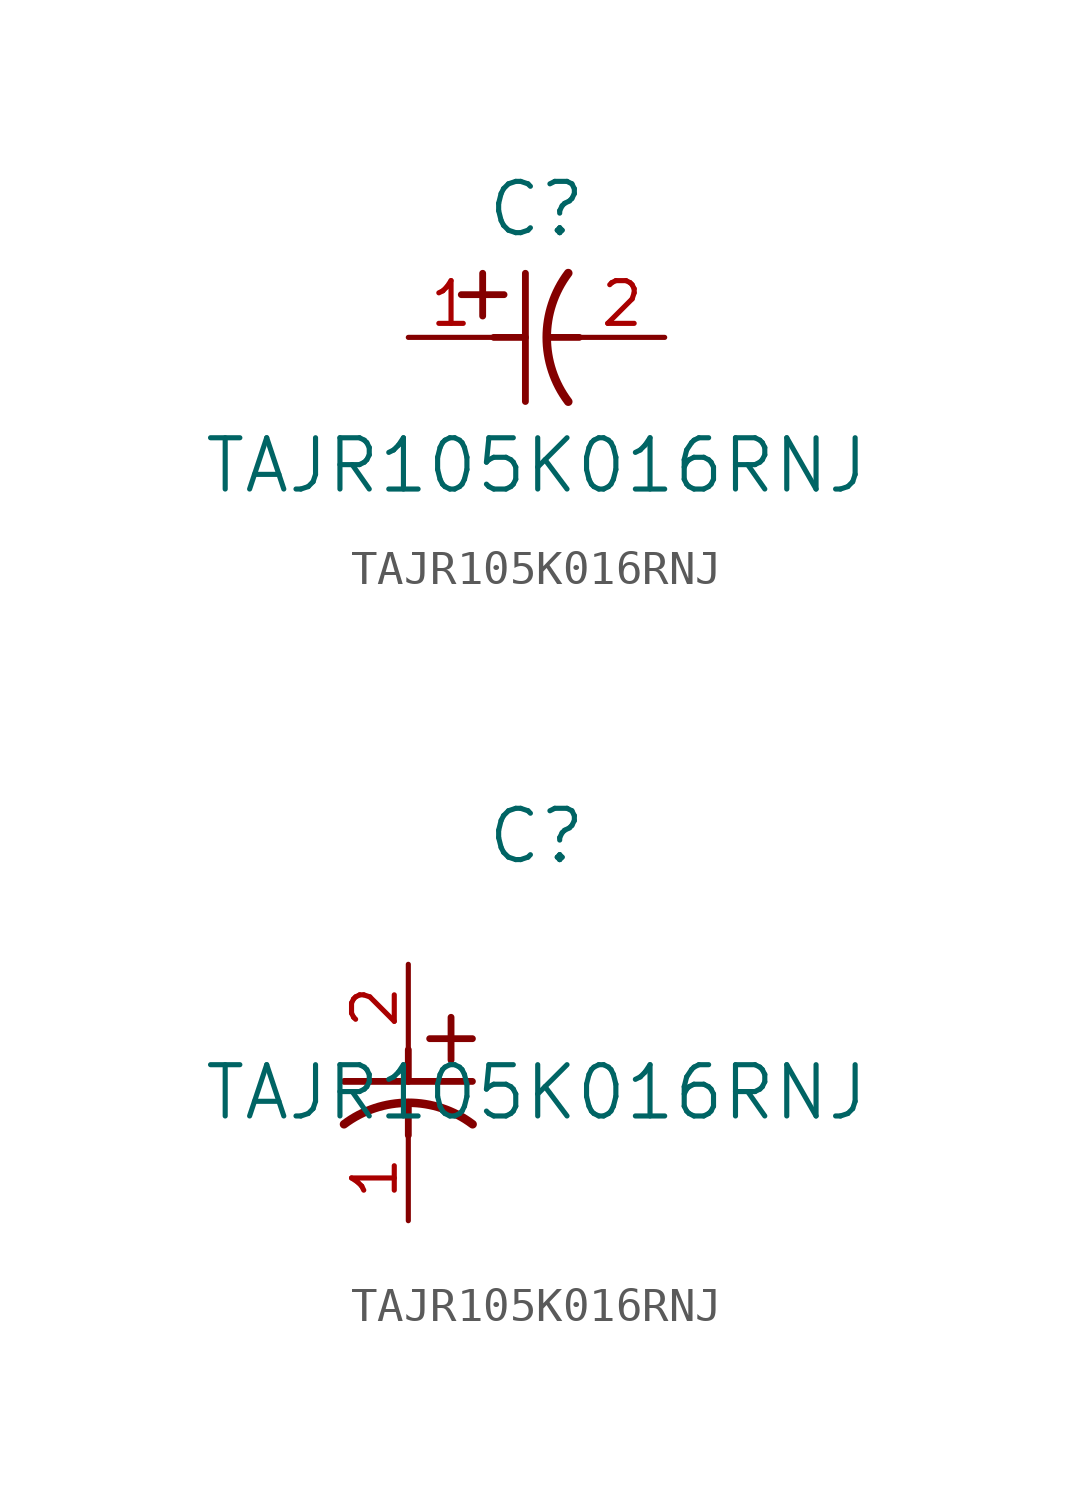
<source format=kicad_sym>
(kicad_symbol_lib
  (version 20211014)
  (generator kicad_symbol_editor)
  (symbol "TAJR105K016RNJ"
    (pin_names
      (offset 0.254))
    (property "Reference" "C"
      (at 3.81 3.81 0)
      (effects (font (size 1.524 1.524))))
    (property "Value" "TAJR105K016RNJ"
      (at 3.81 -3.81 0)
      (effects (font (size 1.524 1.524))))
    (symbol "TAJR105K016RNJ_1_1"
      (polyline (pts (xy 2.21 0.635) (xy 2.21 1.905)) (stroke (width 0.203) (type default) (color 0 0 0 0)) (fill (type none)))
      (arc (start 4.754132 1.910763) (mid 4.1148 0) (end 4.754132 -1.910763) (stroke (width 0.254) (type default) (color 0 0 0 0)) (fill (type none)))
      (polyline (pts (xy 4.115 0) (xy 5.08 0)) (stroke (width 0.203) (type default) (color 0 0 0 0)) (fill (type none)))
      (polyline (pts (xy 3.48 -1.905) (xy 3.48 1.905)) (stroke (width 0.203) (type default) (color 0 0 0 0)) (fill (type none)))
      (polyline (pts (xy 1.575 1.27) (xy 2.845 1.27)) (stroke (width 0.203) (type default) (color 0 0 0 0)) (fill (type none)))
      (polyline (pts (xy 2.54 0) (xy 3.48 0)) (stroke (width 0.203) (type default) (color 0 0 0 0)) (fill (type none)))
      (pin unspecified line (at 0 0 0) (length 2.54) (name "" (effects (font (size 1.27 1.27)))) (number "1" (effects (font (size 1.27 1.27)))))
      (pin unspecified line (at 7.62 0 180) (length 2.54) (name "" (effects (font (size 1.27 1.27)))) (number "2" (effects (font (size 1.27 1.27))))))
    (symbol "TAJR105K016RNJ_1_2"
      (polyline (pts (xy 0 -2.54) (xy 0 -3.48)) (stroke (width 0.203) (type default) (color 0 0 0 0)) (fill (type none)))
      (arc (start 1.910763 -4.754132) (mid 0 -4.1148) (end -1.910763 -4.754132) (stroke (width 0.254) (type default) (color 0 0 0 0)) (fill (type none)))
      (polyline (pts (xy -1.905 -3.48) (xy 1.905 -3.48)) (stroke (width 0.203) (type default) (color 0 0 0 0)) (fill (type none)))
      (polyline (pts (xy 0.635 -2.21) (xy 1.905 -2.21)) (stroke (width 0.203) (type default) (color 0 0 0 0)) (fill (type none)))
      (polyline (pts (xy 1.27 -1.575) (xy 1.27 -2.845)) (stroke (width 0.203) (type default) (color 0 0 0 0)) (fill (type none)))
      (polyline (pts (xy 0 -4.115) (xy 0 -5.08)) (stroke (width 0.203) (type default) (color 0 0 0 0)) (fill (type none)))
      (pin unspecified line (at 0 -7.62 90) (length 2.54) (name "" (effects (font (size 1.27 1.27)))) (number "1" (effects (font (size 1.27 1.27)))))
      (pin unspecified line (at 0 0 270) (length 2.54) (name "" (effects (font (size 1.27 1.27)))) (number "2" (effects (font (size 1.27 1.27))))))))
</source>
